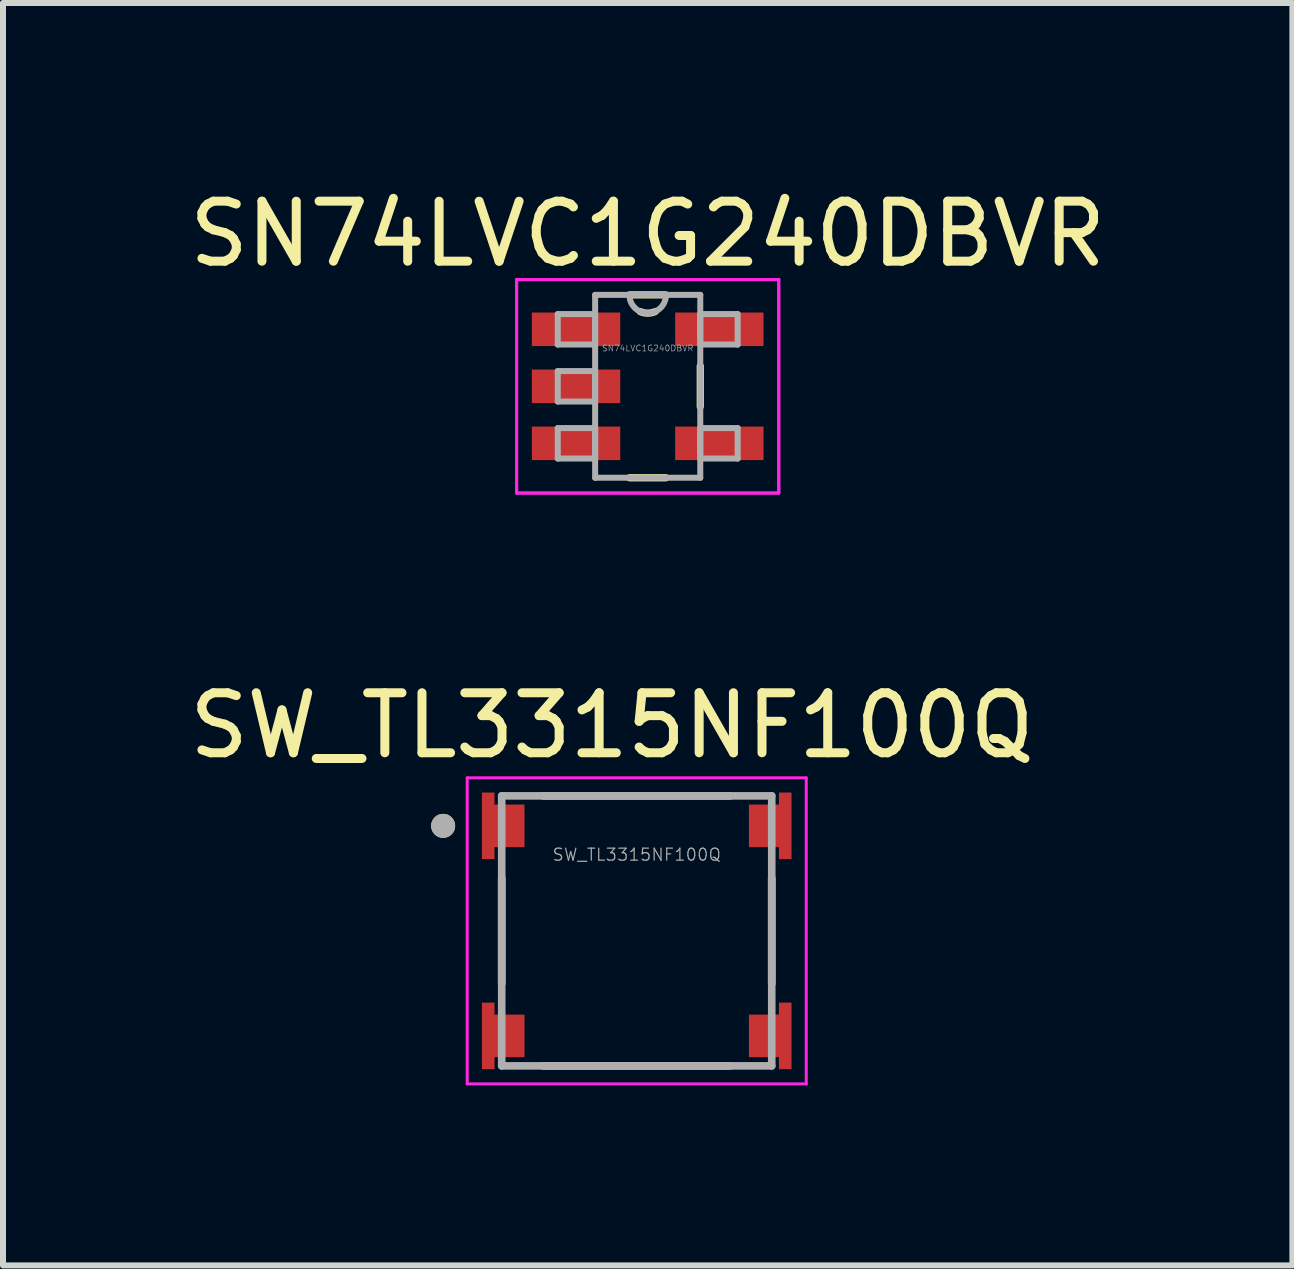
<source format=kicad_pcb>
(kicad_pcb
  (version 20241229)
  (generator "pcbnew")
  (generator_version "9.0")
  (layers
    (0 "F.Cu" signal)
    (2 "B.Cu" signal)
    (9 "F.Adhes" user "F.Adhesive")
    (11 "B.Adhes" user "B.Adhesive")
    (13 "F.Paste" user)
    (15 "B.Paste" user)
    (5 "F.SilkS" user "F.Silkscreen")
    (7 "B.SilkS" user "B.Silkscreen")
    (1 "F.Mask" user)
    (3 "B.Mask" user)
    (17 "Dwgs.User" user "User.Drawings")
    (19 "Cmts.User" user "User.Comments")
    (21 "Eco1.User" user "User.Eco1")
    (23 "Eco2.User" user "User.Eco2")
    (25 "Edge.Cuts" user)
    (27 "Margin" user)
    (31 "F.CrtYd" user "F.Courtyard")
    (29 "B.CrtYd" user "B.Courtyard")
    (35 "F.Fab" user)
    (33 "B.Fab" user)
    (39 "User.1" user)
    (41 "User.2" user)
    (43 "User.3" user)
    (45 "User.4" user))
  (footprint "SW_TL3315NF100Q"
    (layer "F.Cu")
    (at 7.561 12.463)
    (property "Reference" "SW_TL3315NF100Q" (at -0.412 -3.423 0) (layer "F.SilkS") (effects (font (size 1 1) (thickness 0.15))))
    (attr through_hole)
    (fp_poly (pts (xy -2.675 -2.4) (xy -2.675 -1.1) (xy -2.275 -1.1) (xy -2.275 -1.3) (xy -1.775 -1.3) (xy -1.775 -2.2) (xy -2.275 -2.2) (xy -2.275 -2.4)) (stroke (width 0.01) (type solid)) (fill yes) (layer "F.Mask"))
    (fp_poly (pts (xy -2.275 2.4) (xy -2.675 2.4) (xy -2.675 1.1) (xy -2.275 1.1) (xy -2.275 1.3) (xy -1.775 1.3) (xy -1.775 2.2) (xy -2.275 2.2)) (stroke (width 0.01) (type solid)) (fill yes) (layer "F.Mask"))
    (fp_poly (pts (xy 2.275 -1.3) (xy 1.775 -1.3) (xy 1.775 -2.2) (xy 2.275 -2.2) (xy 2.275 -2.4) (xy 2.675 -2.4) (xy 2.675 -1.1) (xy 2.275 -1.1)) (stroke (width 0.01) (type solid)) (fill yes) (layer "F.Mask"))
    (fp_poly (pts (xy 2.275 2.2) (xy 1.775 2.2) (xy 1.775 1.3) (xy 2.275 1.3) (xy 2.275 1.1) (xy 2.675 1.1) (xy 2.675 2.4) (xy 2.275 2.4)) (stroke (width 0.01) (type solid)) (fill yes) (layer "F.Mask"))
    (fp_line (start -2.25 -0.88) (end -2.25 0.88) (stroke (width 0.127) (type solid)) (layer "F.SilkS"))
    (fp_line (start -1.555 -2.25) (end 1.555 -2.25) (stroke (width 0.127) (type solid)) (layer "F.SilkS"))
    (fp_line (start -1.555 2.25) (end 1.555 2.25) (stroke (width 0.127) (type solid)) (layer "F.SilkS"))
    (fp_line (start 2.25 -0.88) (end 2.25 0.88) (stroke (width 0.127) (type solid)) (layer "F.SilkS"))
    (fp_circle (center -3.226 -1.75) (end -3.126 -1.75) (stroke (width 0.2) (type solid)) (fill no) (layer "F.SilkS"))
    (fp_poly (pts (xy -2.375 -1.2) (xy -2.575 -1.2) (xy -2.575 -2.3) (xy -2.375 -2.3) (xy -2.375 -2.1) (xy -1.875 -2.1) (xy -1.875 -1.4) (xy -2.375 -1.4)) (stroke (width 0.01) (type solid)) (fill yes) (layer "F.Paste"))
    (fp_poly (pts (xy -2.375 2.3) (xy -2.575 2.3) (xy -2.575 1.2) (xy -2.375 1.2) (xy -2.375 1.4) (xy -1.875 1.4) (xy -1.875 2.1) (xy -2.375 2.1)) (stroke (width 0.01) (type solid)) (fill yes) (layer "F.Paste"))
    (fp_poly (pts (xy 2.375 -1.4) (xy 1.875 -1.4) (xy 1.875 -2.1) (xy 2.375 -2.1) (xy 2.375 -2.3) (xy 2.575 -2.3) (xy 2.575 -1.2) (xy 2.375 -1.2)) (stroke (width 0.01) (type solid)) (fill yes) (layer "F.Paste"))
    (fp_poly (pts (xy 2.375 2.1) (xy 1.875 2.1) (xy 1.875 1.4) (xy 2.375 1.4) (xy 2.375 1.2) (xy 2.575 1.2) (xy 2.575 2.3) (xy 2.375 2.3)) (stroke (width 0.01) (type solid)) (fill yes) (layer "F.Paste"))
    (fp_line (start -2.825 -2.55) (end -2.825 2.55) (stroke (width 0.05) (type solid)) (layer "F.CrtYd"))
    (fp_line (start -2.825 2.55) (end 2.825 2.55) (stroke (width 0.05) (type solid)) (layer "F.CrtYd"))
    (fp_line (start 2.825 -2.55) (end -2.825 -2.55) (stroke (width 0.05) (type solid)) (layer "F.CrtYd"))
    (fp_line (start 2.825 2.55) (end 2.825 -2.55) (stroke (width 0.05) (type solid)) (layer "F.CrtYd"))
    (fp_line (start -2.25 -2.25) (end 2.25 -2.25) (stroke (width 0.127) (type solid)) (layer "F.Fab"))
    (fp_line (start -2.25 2.25) (end -2.25 -2.25) (stroke (width 0.127) (type solid)) (layer "F.Fab"))
    (fp_line (start 2.25 -2.25) (end 2.25 2.25) (stroke (width 0.127) (type solid)) (layer "F.Fab"))
    (fp_line (start 2.25 2.25) (end -2.25 2.25) (stroke (width 0.127) (type solid)) (layer "F.Fab"))
    (fp_circle (center -3.226 -1.75) (end -3.126 -1.75) (stroke (width 0.2) (type solid)) (fill no) (layer "F.Fab"))
    (fp_text user "${REFERENCE}" (at 0 -1.27 0) (layer "F.Fab") (effects (font (size 0.2 0.2) (thickness 0.02))))
    (pad "1" smd custom (at -2.23 -1.75) (size 0.5 0.5) (layers "F.Cu") (options (anchor rect)) (primitives (gr_poly (pts (xy -0.145 0.55) (xy -0.345 0.55) (xy -0.345 -0.55) (xy -0.145 -0.55) (xy -0.145 -0.35) (xy 0.355 -0.35) (xy 0.355 0.35) (xy -0.145 0.35)) (width 0.01) (fill yes))))
    (pad "2" smd custom (at 2.23 -1.75) (size 0.5 0.5) (layers "F.Cu") (options (anchor rect)) (primitives (gr_poly (pts (xy 0.145 0.35) (xy -0.355 0.35) (xy -0.355 -0.35) (xy 0.145 -0.35) (xy 0.145 -0.55) (xy 0.345 -0.55) (xy 0.345 0.55) (xy 0.145 0.55)) (width 0.01) (fill yes))))
    (pad "3" smd custom (at -2.23 1.75) (size 0.5 0.5) (layers "F.Cu") (options (anchor rect)) (primitives (gr_poly (pts (xy -0.145 0.55) (xy -0.345 0.55) (xy -0.345 -0.55) (xy -0.145 -0.55) (xy -0.145 -0.35) (xy 0.355 -0.35) (xy 0.355 0.35) (xy -0.145 0.35)) (width 0.01) (fill yes))))
    (pad "4" smd custom (at 2.23 1.75) (size 0.5 0.5) (layers "F.Cu") (options (anchor rect)) (primitives (gr_poly (pts (xy 0.145 0.35) (xy -0.355 0.35) (xy -0.355 -0.35) (xy 0.145 -0.35) (xy 0.145 -0.55) (xy 0.345 -0.55) (xy 0.345 0.55) (xy 0.145 0.55)) (width 0.01) (fill yes)))))
  (footprint "SN74LVC1G240DBVR"
    (layer "F.Cu")
    (at 7.744 3.388)
    (property "Reference" "SN74LVC1G240DBVR" (at 0 -2.54 0) (layer "F.SilkS") (effects (font (size 1 1) (thickness 0.15))))
    (attr through_hole)
    (fp_line (start -0.303 1.524) (end 0.303 1.524) (stroke (width 0.12) (type solid)) (layer "F.SilkS"))
    (fp_line (start 0.303 -1.524) (end -0.303 -1.524) (stroke (width 0.12) (type solid)) (layer "F.SilkS"))
    (fp_line (start 0.876 0.338) (end 0.876 -0.338) (stroke (width 0.12) (type solid)) (layer "F.SilkS"))
    (fp_arc (start 0.124872 -1.245953) (mid 0 -1.2192) (end -0.124872 -1.245953) (stroke (width 0.12) (type solid)) (layer "F.SilkS"))
    (fp_line (start -2.184 -1.778) (end 2.184 -1.778) (stroke (width 0.05) (type solid)) (layer "F.CrtYd"))
    (fp_line (start -2.184 -1.778) (end 2.184 -1.778) (stroke (width 0.05) (type solid)) (layer "F.CrtYd"))
    (fp_line (start -2.184 1.778) (end -2.184 -1.778) (stroke (width 0.05) (type solid)) (layer "F.CrtYd"))
    (fp_line (start -2.184 1.778) (end -2.184 -1.778) (stroke (width 0.05) (type solid)) (layer "F.CrtYd"))
    (fp_line (start 2.184 -1.778) (end 2.184 1.778) (stroke (width 0.05) (type solid)) (layer "F.CrtYd"))
    (fp_line (start 2.184 -1.778) (end 2.184 1.778) (stroke (width 0.05) (type solid)) (layer "F.CrtYd"))
    (fp_line (start 2.184 1.778) (end -2.184 1.778) (stroke (width 0.05) (type solid)) (layer "F.CrtYd"))
    (fp_line (start 2.184 1.778) (end -2.184 1.778) (stroke (width 0.05) (type solid)) (layer "F.CrtYd"))
    (fp_line (start -1.499 -1.204) (end -1.499 -0.696) (stroke (width 0.1) (type solid)) (layer "F.Fab"))
    (fp_line (start -1.499 -0.696) (end -0.876 -0.696) (stroke (width 0.1) (type solid)) (layer "F.Fab"))
    (fp_line (start -1.499 -0.254) (end -1.499 0.254) (stroke (width 0.1) (type solid)) (layer "F.Fab"))
    (fp_line (start -1.499 0.254) (end -0.876 0.254) (stroke (width 0.1) (type solid)) (layer "F.Fab"))
    (fp_line (start -1.499 0.696) (end -1.499 1.204) (stroke (width 0.1) (type solid)) (layer "F.Fab"))
    (fp_line (start -1.499 1.204) (end -0.876 1.204) (stroke (width 0.1) (type solid)) (layer "F.Fab"))
    (fp_line (start -0.876 -1.524) (end -0.876 1.524) (stroke (width 0.1) (type solid)) (layer "F.Fab"))
    (fp_line (start -0.876 -1.204) (end -1.499 -1.204) (stroke (width 0.1) (type solid)) (layer "F.Fab"))
    (fp_line (start -0.876 -0.696) (end -0.876 -1.204) (stroke (width 0.1) (type solid)) (layer "F.Fab"))
    (fp_line (start -0.876 -0.254) (end -1.499 -0.254) (stroke (width 0.1) (type solid)) (layer "F.Fab"))
    (fp_line (start -0.876 0.254) (end -0.876 -0.254) (stroke (width 0.1) (type solid)) (layer "F.Fab"))
    (fp_line (start -0.876 0.696) (end -1.499 0.696) (stroke (width 0.1) (type solid)) (layer "F.Fab"))
    (fp_line (start -0.876 1.204) (end -0.876 0.696) (stroke (width 0.1) (type solid)) (layer "F.Fab"))
    (fp_line (start -0.876 1.524) (end 0.876 1.524) (stroke (width 0.1) (type solid)) (layer "F.Fab"))
    (fp_line (start 0.876 -1.524) (end -0.876 -1.524) (stroke (width 0.1) (type solid)) (layer "F.Fab"))
    (fp_line (start 0.876 -1.204) (end 0.876 -0.696) (stroke (width 0.1) (type solid)) (layer "F.Fab"))
    (fp_line (start 0.876 -0.696) (end 1.499 -0.696) (stroke (width 0.1) (type solid)) (layer "F.Fab"))
    (fp_line (start 0.876 0.696) (end 0.876 1.204) (stroke (width 0.1) (type solid)) (layer "F.Fab"))
    (fp_line (start 0.876 1.204) (end 1.499 1.204) (stroke (width 0.1) (type solid)) (layer "F.Fab"))
    (fp_line (start 0.876 1.524) (end 0.876 -1.524) (stroke (width 0.1) (type solid)) (layer "F.Fab"))
    (fp_line (start 1.499 -1.204) (end 0.876 -1.204) (stroke (width 0.1) (type solid)) (layer "F.Fab"))
    (fp_line (start 1.499 -0.696) (end 1.499 -1.204) (stroke (width 0.1) (type solid)) (layer "F.Fab"))
    (fp_line (start 1.499 0.696) (end 0.876 0.696) (stroke (width 0.1) (type solid)) (layer "F.Fab"))
    (fp_line (start 1.499 1.204) (end 1.499 0.696) (stroke (width 0.1) (type solid)) (layer "F.Fab"))
    (fp_arc (start 0.3048 -1.524) (mid 0 -1.2192) (end -0.3048 -1.524) (stroke (width 0.1) (type solid)) (layer "F.Fab"))
    (fp_text user "${REFERENCE}" (at 0 -0.635 0) (layer "F.Fab") (effects (font (size 0.1 0.1) (thickness 0.01))))
    (pad "1" smd rect (at -1.194 -0.95) (size 1.473 0.559) (layers "F.Cu" "F.Mask" "F.Paste"))
    (pad "2" smd rect (at -1.194 0) (size 1.473 0.559) (layers "F.Cu" "F.Mask" "F.Paste"))
    (pad "3" smd rect (at -1.194 0.95) (size 1.473 0.559) (layers "F.Cu" "F.Mask" "F.Paste"))
    (pad "4" smd rect (at 1.194 0.95) (size 1.473 0.559) (layers "F.Cu" "F.Mask" "F.Paste"))
    (pad "5" smd rect (at 1.194 -0.95) (size 1.473 0.559) (layers "F.Cu" "F.Mask" "F.Paste")))
  (gr_rect
    (start -3 -3)
    (end 18.488 18.038)
    (stroke (width 0.1) (type default))
    (fill no)
    (layer "Edge.Cuts")))
</source>
